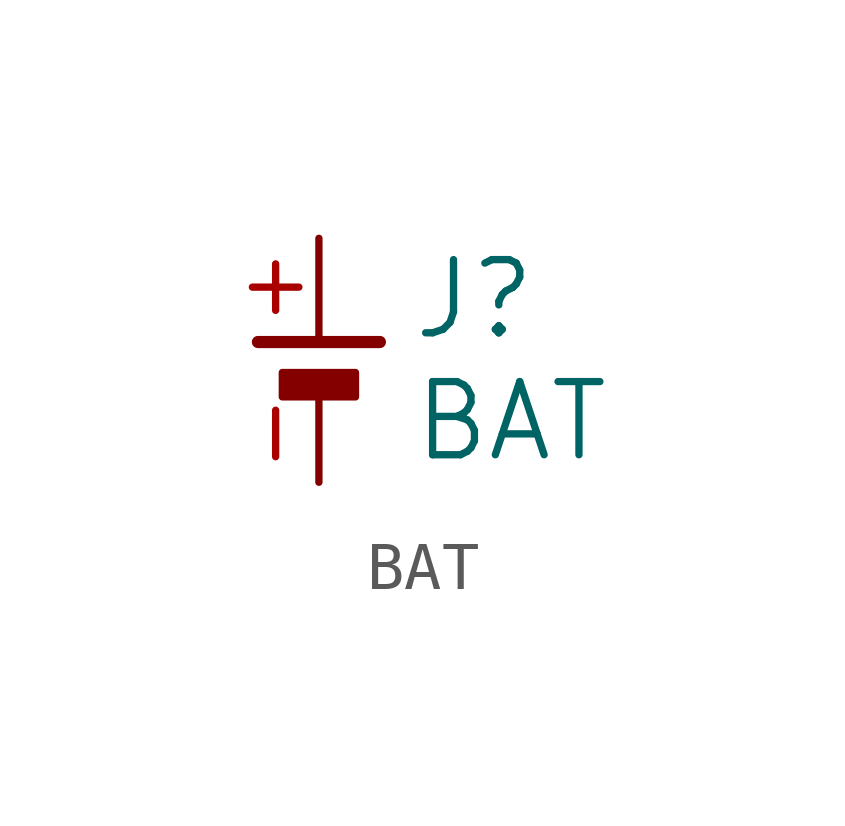
<source format=kicad_sym>
(kicad_symbol_lib
  (version 20211014)
  (generator kicad_symbol_editor)
  (symbol "BAT"
    (pin_names
      (offset 1.016))
    (property "Reference" "J"
      (at 1.905 1.27 0)
      (effects (font (size 1.524 1.524)) (justify left)))
    (property "Value" "BAT"
      (at 1.905 -1.27 0)
      (effects (font (size 1.524 1.524)) (justify left)))
    (symbol "BAT_0_1"
      (rectangle (start -0.762 -0.762) (end 0.762 -0.254) (stroke (width 0) (type default) (color 0 0 0 0)) (fill (type outline)))
      (polyline (pts (xy 1.27 0.381) (xy -1.27 0.381)) (stroke (width 0.254) (type default) (color 0 0 0 0)) (fill (type none))))
    (symbol "BAT_1_1"
      (pin input line (at 0 2.54 270) (length 2.032) (name "~" (effects (font (size 1.27 1.27)))) (number "+" (effects (font (size 1.27 1.27)))))
      (pin input line (at 0 -2.54 90) (length 2.032) (name "~" (effects (font (size 1.27 1.27)))) (number "-" (effects (font (size 1.27 1.27))))))))
</source>
